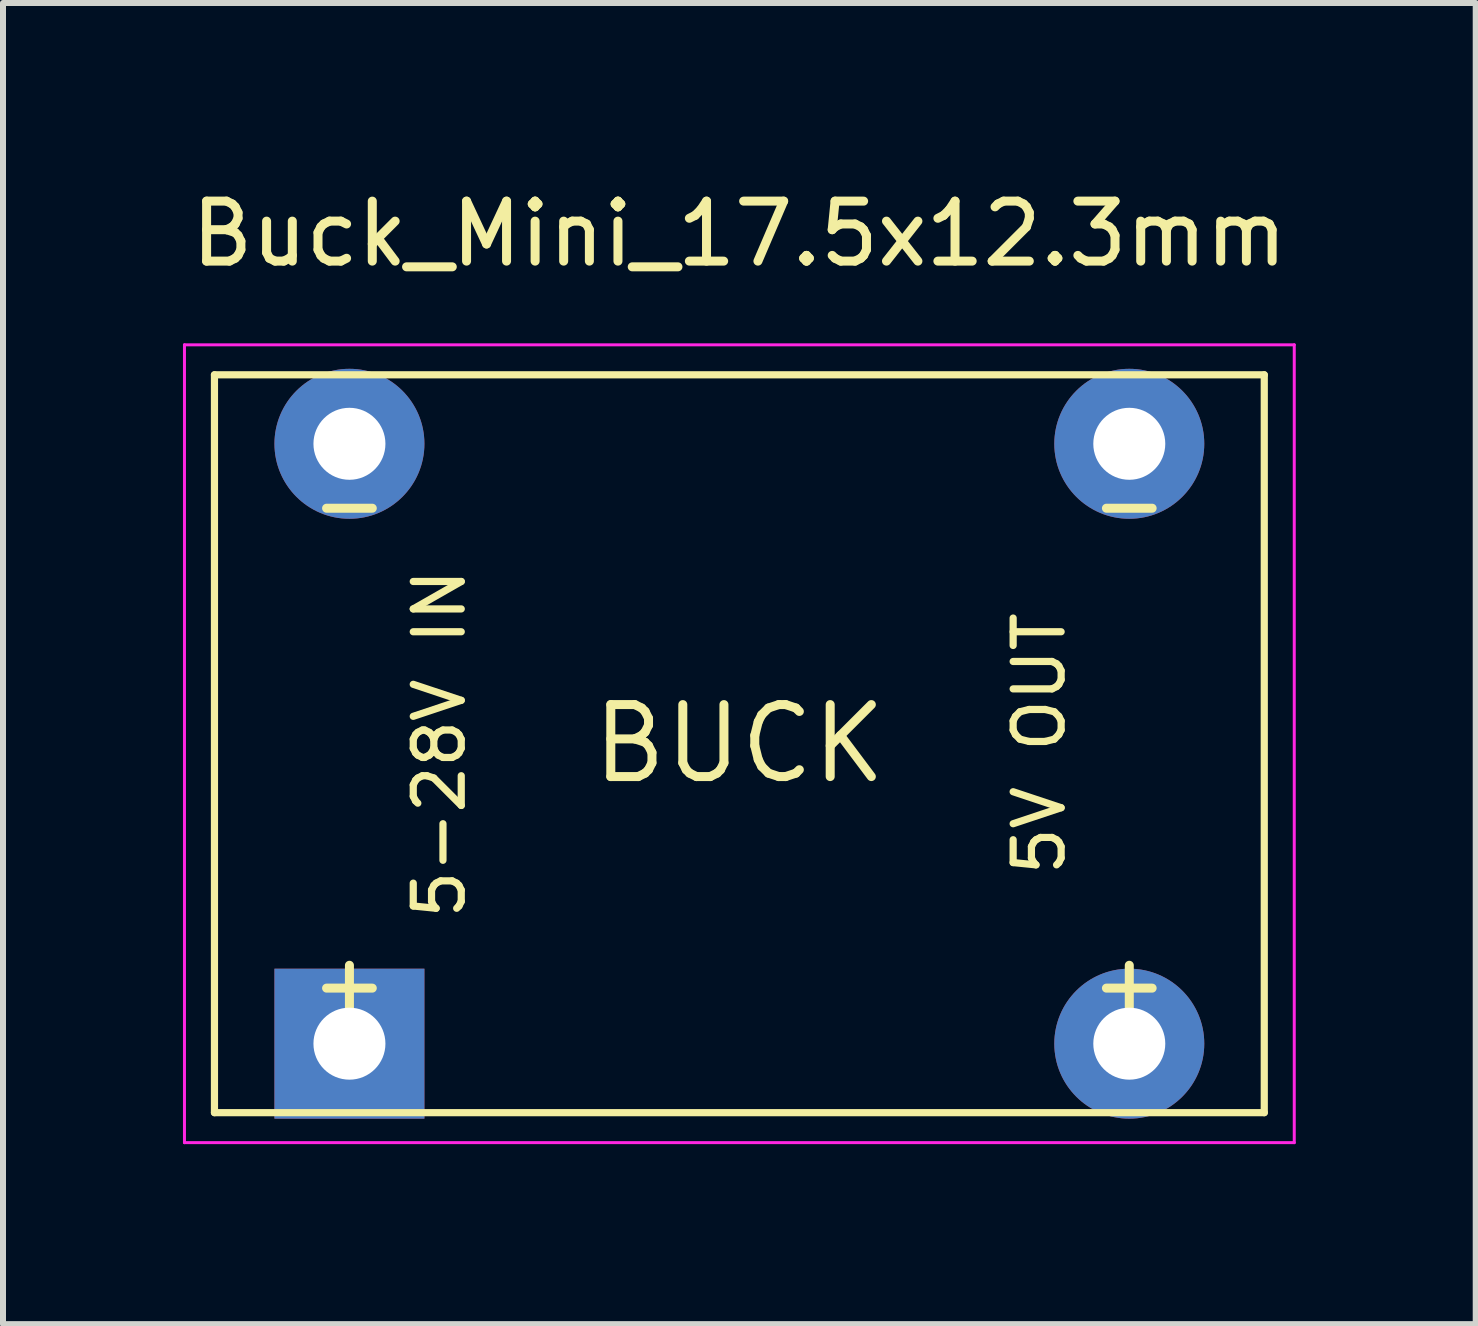
<source format=kicad_pcb>
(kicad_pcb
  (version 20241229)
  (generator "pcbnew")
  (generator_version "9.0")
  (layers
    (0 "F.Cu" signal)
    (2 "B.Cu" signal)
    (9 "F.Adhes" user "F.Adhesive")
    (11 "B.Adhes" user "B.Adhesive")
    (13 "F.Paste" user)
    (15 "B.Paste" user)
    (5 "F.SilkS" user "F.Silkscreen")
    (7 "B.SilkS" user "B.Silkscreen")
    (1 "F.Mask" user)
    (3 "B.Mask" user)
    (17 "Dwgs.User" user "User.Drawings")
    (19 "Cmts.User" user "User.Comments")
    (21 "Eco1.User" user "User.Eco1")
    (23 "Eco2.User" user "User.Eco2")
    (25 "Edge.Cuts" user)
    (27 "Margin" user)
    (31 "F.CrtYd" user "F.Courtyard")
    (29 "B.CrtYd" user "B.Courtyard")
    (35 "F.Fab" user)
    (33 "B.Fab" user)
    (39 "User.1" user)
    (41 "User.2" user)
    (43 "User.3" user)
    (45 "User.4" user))
  (footprint "Buck_Mini_17.5x12.3mm"
    (layer "F.Cu")
    (at 9.275 9.348)
    (property "Reference" "Buck_Mini_17.5x12.3mm" (at 0 -8.5 0) (layer "F.SilkS") (effects (font (size 1 1) (thickness 0.15))))
    (attr through_hole)
    (fp_line (start -8.75 -6.15) (end 8.75 -6.15) (stroke (width 0.12) (type solid)) (layer "F.SilkS"))
    (fp_line (start -8.75 6.15) (end -8.75 -6.15) (stroke (width 0.12) (type solid)) (layer "F.SilkS"))
    (fp_line (start 8.75 -6.15) (end 8.75 6.15) (stroke (width 0.12) (type solid)) (layer "F.SilkS"))
    (fp_line (start 8.75 6.15) (end -8.75 6.15) (stroke (width 0.12) (type solid)) (layer "F.SilkS"))
    (fp_line (start -9.25 -6.65) (end 9.25 -6.65) (stroke (width 0.05) (type solid)) (layer "F.CrtYd"))
    (fp_line (start -9.25 6.65) (end -9.25 -6.65) (stroke (width 0.05) (type solid)) (layer "F.CrtYd"))
    (fp_line (start 9.25 -6.65) (end 9.25 6.65) (stroke (width 0.05) (type solid)) (layer "F.CrtYd"))
    (fp_line (start 9.25 6.65) (end -9.25 6.65) (stroke (width 0.05) (type solid)) (layer "F.CrtYd"))
    (fp_text user "-" (at 6.5 -4 0) (layer "F.SilkS") (effects (font (size 1 1) (thickness 0.15))))
    (fp_text user "-" (at -6.5 -4 0) (layer "F.SilkS") (effects (font (size 1 1) (thickness 0.15))))
    (fp_text user "+" (at -6.5 4 0) (layer "F.SilkS") (effects (font (size 1 1) (thickness 0.15))))
    (fp_text user "+" (at 6.5 4 0) (layer "F.SilkS") (effects (font (size 1 1) (thickness 0.15))))
    (fp_text user "5-28V IN" (at -5 0 90) (layer "F.SilkS") (effects (font (size 0.8 0.8) (thickness 0.12))))
    (fp_text user "BUCK" (at 0 0 0) (layer "F.SilkS") (effects (font (size 1.2 1.2) (thickness 0.15) (bold yes))))
    (fp_text user "5V OUT" (at 5 0 90) (layer "F.SilkS") (effects (font (size 0.8 0.8) (thickness 0.12))))
    (pad "1" thru_hole rect (at -6.5 5) (size 2.5 2.5) (drill 1.2) (layers "*.Cu" "*.Mask"))
    (pad "2" thru_hole oval (at -6.5 -5) (size 2.5 2.5) (drill 1.2) (layers "*.Cu" "*.Mask"))
    (pad "3" thru_hole oval (at 6.5 5) (size 2.5 2.5) (drill 1.2) (layers "*.Cu" "*.Mask"))
    (pad "4" thru_hole oval (at 6.5 -5) (size 2.5 2.5) (drill 1.2) (layers "*.Cu" "*.Mask")))
  (gr_rect
    (start -3 -3)
    (end 21.55 19.023)
    (stroke (width 0.1) (type default))
    (fill no)
    (layer "Edge.Cuts")))
</source>
